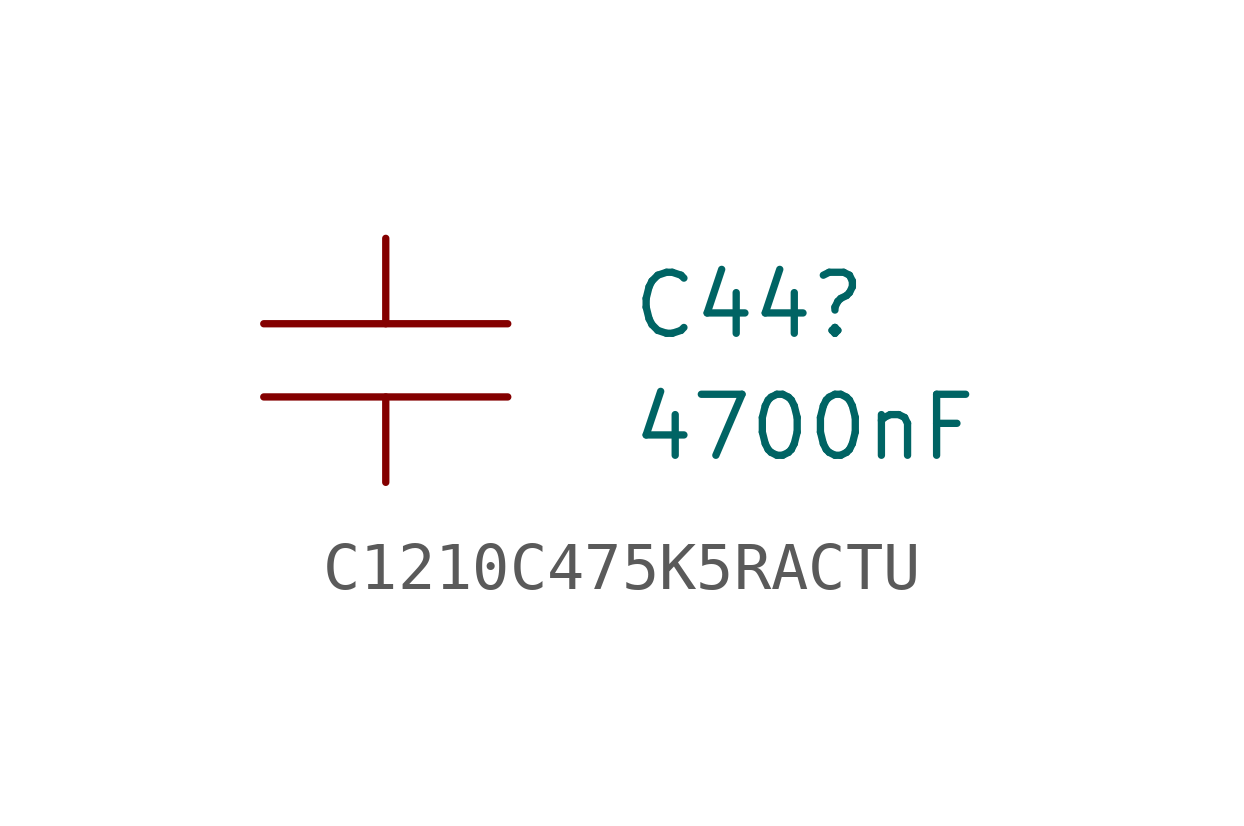
<source format=kicad_sym>
(kicad_symbol_lib
  (version 20220914)
  (generator kicad_symbol_editor)
  (symbol "C1210C475K5RACTU"
    (pin_numbers hide)
    (pin_names
      (offset 1.016) hide)
    (property "Reference" "C44"
      (at 5.08 -1.397 0)
      (effects (font (size 1.27 1.27)) (justify left)))
    (property "Value" "4700nF"
      (at 5.08 -3.937 0)
      (effects (font (size 1.27 1.27)) (justify left)))
    (symbol "C1210C475K5RACTU_1_1"
      (polyline (pts (xy 2.54 -3.302) (xy -2.54 -3.302)) (stroke (width 0) (type solid)) (fill (type none)))
      (polyline (pts (xy 2.54 -1.778) (xy -2.54 -1.778)) (stroke (width 0) (type solid)) (fill (type none)))
      (pin passive line (at 0 0 270) (length 1.778) (name "1" (effects (font (size 0 0)))) (number "1" (effects (font (size 1.016 1.016)))))
      (pin passive line (at 0 -5.08 90) (length 1.778) (name "2" (effects (font (size 0 0)))) (number "2" (effects (font (size 1.016 1.016))))))))
</source>
